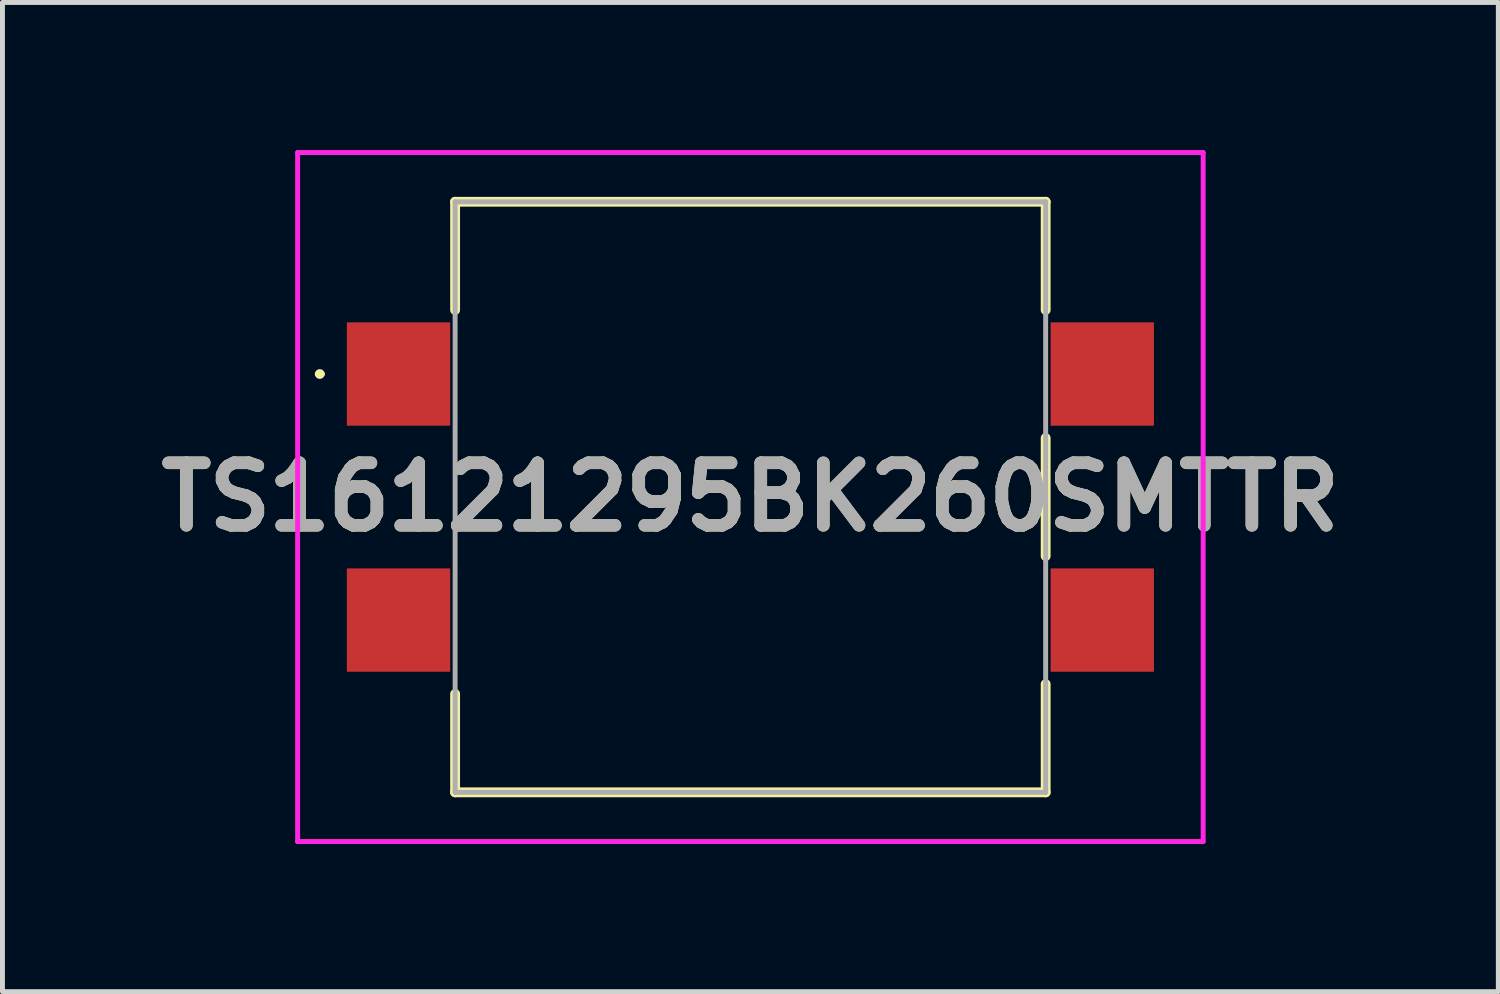
<source format=kicad_pcb>
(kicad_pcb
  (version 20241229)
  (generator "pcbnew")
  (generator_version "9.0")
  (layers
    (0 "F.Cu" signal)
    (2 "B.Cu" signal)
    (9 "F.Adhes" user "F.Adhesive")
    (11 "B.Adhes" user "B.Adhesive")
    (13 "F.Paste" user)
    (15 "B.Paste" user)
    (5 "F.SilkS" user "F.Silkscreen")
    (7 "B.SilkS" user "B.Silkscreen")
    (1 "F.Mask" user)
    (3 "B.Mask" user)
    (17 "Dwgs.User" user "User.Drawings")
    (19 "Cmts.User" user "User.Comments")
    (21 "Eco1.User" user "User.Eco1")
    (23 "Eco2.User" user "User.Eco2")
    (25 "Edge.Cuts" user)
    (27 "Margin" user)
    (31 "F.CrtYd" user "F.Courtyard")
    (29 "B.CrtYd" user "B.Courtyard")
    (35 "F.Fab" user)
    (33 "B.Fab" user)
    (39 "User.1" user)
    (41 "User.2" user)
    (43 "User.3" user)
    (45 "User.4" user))
  (footprint "TS16121295BK260SMTTR"
    (layer "F.Cu")
    (at 12.198 7.05)
    (property "Reference" "TS16121295BK260SMTTR" (at 0 0 0) (layer "F.SilkS") (effects (font (size 1.27 1.27) (thickness 0.254))))
    (attr smd)
    (fp_line (start -8.8 -2.5) (end -8.8 -2.5) (stroke (width 0.1) (type solid)) (layer "F.SilkS"))
    (fp_line (start -8.7 -2.5) (end -8.7 -2.5) (stroke (width 0.1) (type solid)) (layer "F.SilkS"))
    (fp_line (start -6 -6) (end -6 -3.8) (stroke (width 0.2) (type solid)) (layer "F.SilkS"))
    (fp_line (start -6 4) (end -6 6) (stroke (width 0.2) (type solid)) (layer "F.SilkS"))
    (fp_line (start -6 6) (end 6 6) (stroke (width 0.2) (type solid)) (layer "F.SilkS"))
    (fp_line (start 6 -6) (end -6 -6) (stroke (width 0.2) (type solid)) (layer "F.SilkS"))
    (fp_line (start 6 -3.8) (end 6 -6) (stroke (width 0.2) (type solid)) (layer "F.SilkS"))
    (fp_line (start 6 1.2) (end 6 -1.2) (stroke (width 0.2) (type solid)) (layer "F.SilkS"))
    (fp_line (start 6 6) (end 6 3.8) (stroke (width 0.2) (type solid)) (layer "F.SilkS"))
    (fp_arc (start -8.8 -2.5) (mid -8.75 -2.55) (end -8.7 -2.5) (stroke (width 0.1) (type solid)) (layer "F.SilkS"))
    (fp_arc (start -8.7 -2.5) (mid -8.75 -2.45) (end -8.8 -2.5) (stroke (width 0.1) (type solid)) (layer "F.SilkS"))
    (fp_line (start -9.2 -7) (end 9.2 -7) (stroke (width 0.1) (type solid)) (layer "F.CrtYd"))
    (fp_line (start -9.2 7) (end -9.2 -7) (stroke (width 0.1) (type solid)) (layer "F.CrtYd"))
    (fp_line (start 9.2 -7) (end 9.2 7) (stroke (width 0.1) (type solid)) (layer "F.CrtYd"))
    (fp_line (start 9.2 7) (end -9.2 7) (stroke (width 0.1) (type solid)) (layer "F.CrtYd"))
    (fp_line (start -6 -6) (end -6 6) (stroke (width 0.1) (type solid)) (layer "F.Fab"))
    (fp_line (start -6 6) (end 6 6) (stroke (width 0.1) (type solid)) (layer "F.Fab"))
    (fp_line (start 6 -6) (end -6 -6) (stroke (width 0.1) (type solid)) (layer "F.Fab"))
    (fp_line (start 6 6) (end 6 -6) (stroke (width 0.1) (type solid)) (layer "F.Fab"))
    (fp_text user "${REFERENCE}" (at 0 0 0) (layer "F.Fab") (effects (font (size 1.27 1.27) (thickness 0.254))))
    (pad "1" smd rect (at -7.15 -2.5 90) (size 2.1 2.1) (layers "F.Cu" "F.Mask" "F.Paste"))
    (pad "2" smd rect (at 7.15 -2.5 90) (size 2.1 2.1) (layers "F.Cu" "F.Mask" "F.Paste"))
    (pad "3" smd rect (at -7.15 2.5 90) (size 2.1 2.1) (layers "F.Cu" "F.Mask" "F.Paste"))
    (pad "4" smd rect (at 7.15 2.5 90) (size 2.1 2.1) (layers "F.Cu" "F.Mask" "F.Paste")))
  (gr_rect
    (start -3 -3)
    (end 27.396 17.1)
    (stroke (width 0.1) (type default))
    (fill no)
    (layer "Edge.Cuts")))
</source>
